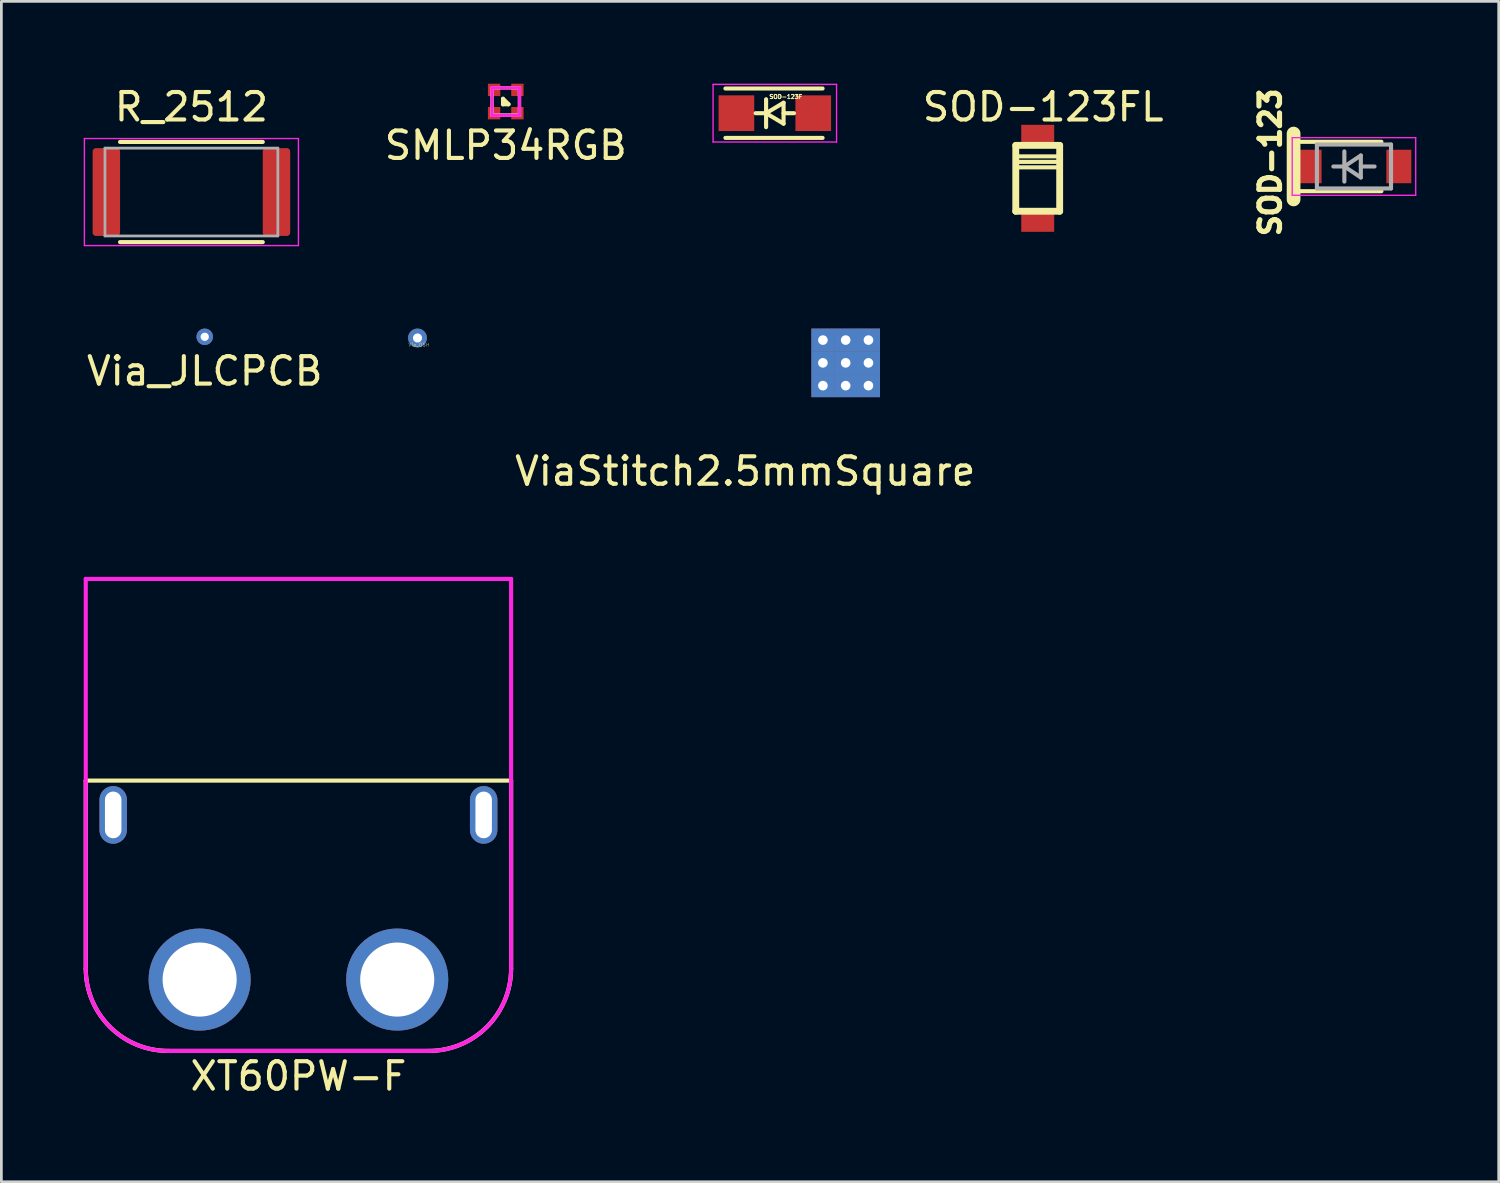
<source format=kicad_pcb>
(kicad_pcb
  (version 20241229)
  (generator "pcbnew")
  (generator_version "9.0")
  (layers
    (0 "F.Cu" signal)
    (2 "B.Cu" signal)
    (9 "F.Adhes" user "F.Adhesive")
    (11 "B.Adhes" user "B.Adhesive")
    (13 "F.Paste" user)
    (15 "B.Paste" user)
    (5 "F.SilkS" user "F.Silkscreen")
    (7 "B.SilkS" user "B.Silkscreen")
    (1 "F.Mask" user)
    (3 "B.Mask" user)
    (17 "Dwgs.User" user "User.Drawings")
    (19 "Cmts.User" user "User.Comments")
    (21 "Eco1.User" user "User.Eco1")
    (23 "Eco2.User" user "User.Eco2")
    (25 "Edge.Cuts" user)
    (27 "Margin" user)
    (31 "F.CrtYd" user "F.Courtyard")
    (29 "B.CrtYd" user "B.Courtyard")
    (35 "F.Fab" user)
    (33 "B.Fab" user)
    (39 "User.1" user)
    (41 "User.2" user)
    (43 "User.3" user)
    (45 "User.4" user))
  (footprint "SOD-123"
    (layer "F.Cu")
    (at 46.289 3.017)
    (property "Reference" "SOD-123" (at -3.05 -0.15 90) (layer "F.SilkS") (effects (font (size 0.75 0.75) (thickness 0.188))))
    (attr smd)
    (fp_line (start -2.2 -1.2) (end -2.2 1.2) (stroke (width 0.5) (type solid)) (layer "F.SilkS"))
    (fp_line (start -2 -0.9) (end 1 -0.9) (stroke (width 0.15) (type solid)) (layer "F.SilkS"))
    (fp_line (start -2 0.9) (end 1 0.9) (stroke (width 0.15) (type solid)) (layer "F.SilkS"))
    (fp_line (start -2.25 -1.05) (end -2.25 1.05) (stroke (width 0.05) (type solid)) (layer "F.CrtYd"))
    (fp_line (start -2.25 -1.05) (end 2.25 -1.05) (stroke (width 0.05) (type solid)) (layer "F.CrtYd"))
    (fp_line (start 2.25 -1.05) (end 2.25 1.05) (stroke (width 0.05) (type solid)) (layer "F.CrtYd"))
    (fp_line (start 2.25 1.05) (end -2.25 1.05) (stroke (width 0.05) (type solid)) (layer "F.CrtYd"))
    (fp_line (start -1.35 -0.8) (end 1.35 -0.8) (stroke (width 0.15) (type solid)) (layer "F.Fab"))
    (fp_line (start -1.35 0.8) (end -1.35 -0.8) (stroke (width 0.15) (type solid)) (layer "F.Fab"))
    (fp_line (start -0.75 0) (end -0.35 0) (stroke (width 0.15) (type solid)) (layer "F.Fab"))
    (fp_line (start -0.35 0) (end -0.35 -0.55) (stroke (width 0.15) (type solid)) (layer "F.Fab"))
    (fp_line (start -0.35 0) (end -0.35 0.55) (stroke (width 0.15) (type solid)) (layer "F.Fab"))
    (fp_line (start -0.35 0) (end 0.25 -0.4) (stroke (width 0.15) (type solid)) (layer "F.Fab"))
    (fp_line (start 0.25 -0.4) (end 0.25 0.4) (stroke (width 0.15) (type solid)) (layer "F.Fab"))
    (fp_line (start 0.25 0) (end 0.75 0) (stroke (width 0.15) (type solid)) (layer "F.Fab"))
    (fp_line (start 0.25 0.4) (end -0.35 0) (stroke (width 0.15) (type solid)) (layer "F.Fab"))
    (fp_line (start 1.35 -0.8) (end 1.35 0.8) (stroke (width 0.15) (type solid)) (layer "F.Fab"))
    (fp_line (start 1.35 0.8) (end -1.35 0.8) (stroke (width 0.15) (type solid)) (layer "F.Fab"))
    (pad "1" smd rect (at -1.635 0) (size 0.91 1.22) (layers "F.Cu" "F.Mask" "F.Paste"))
    (pad "2" smd rect (at 1.635 0) (size 0.91 1.22) (layers "F.Cu" "F.Mask" "F.Paste")))
  (footprint "SOD-123FL"
    (layer "F.Cu")
    (at 34.765 3.448)
    (property "Reference" "SOD-123FL" (at 0.2 -2.6 0) (layer "F.SilkS") (effects (font (size 1 1) (thickness 0.15))))
    (attr through_hole)
    (fp_line (start -0.8 -1.2) (end 0.8 -1.2) (stroke (width 0.25) (type solid)) (layer "F.SilkS"))
    (fp_line (start -0.8 -0.8) (end 0.8 -0.8) (stroke (width 0.15) (type solid)) (layer "F.SilkS"))
    (fp_line (start -0.8 -0.6) (end -0.8 -0.4) (stroke (width 0.15) (type solid)) (layer "F.SilkS"))
    (fp_line (start -0.8 -0.4) (end 0.8 -0.4) (stroke (width 0.15) (type solid)) (layer "F.SilkS"))
    (fp_line (start -0.8 1.2) (end -0.8 -1.2) (stroke (width 0.25) (type solid)) (layer "F.SilkS"))
    (fp_line (start 0.8 -1.2) (end 0.8 1.2) (stroke (width 0.25) (type solid)) (layer "F.SilkS"))
    (fp_line (start 0.8 -0.8) (end 0.8 -0.6) (stroke (width 0.15) (type solid)) (layer "F.SilkS"))
    (fp_line (start 0.8 -0.6) (end -0.8 -0.6) (stroke (width 0.15) (type solid)) (layer "F.SilkS"))
    (fp_line (start 0.8 1.2) (end -0.8 1.2) (stroke (width 0.25) (type solid)) (layer "F.SilkS"))
    (pad "1" smd rect (at 0 -1.525) (size 1.2 0.85) (layers "F.Cu" "F.Mask" "F.Paste"))
    (pad "2" smd rect (at 0 1.525) (size 1.2 0.85) (layers "F.Cu" "F.Mask" "F.Paste")))
  (footprint "XT60PW-F"
    (layer "F.Cu")
    (at 7.825 26.646)
    (property "Reference" "XT60PW-F" (at 0 9.52 0) (layer "F.SilkS") (effects (font (size 1 1) (thickness 0.15))))
    (attr through_hole)
    (fp_line (start -7.75 -1.25) (end 7.75 -1.25) (stroke (width 0.15) (type solid)) (layer "F.SilkS"))
    (fp_line (start -7.75 5.6) (end -7.75 -1.25) (stroke (width 0.15) (type solid)) (layer "F.SilkS"))
    (fp_line (start -4.75 8.6) (end 4.75 8.6) (stroke (width 0.15) (type solid)) (layer "F.SilkS"))
    (fp_line (start 7.75 5.6) (end 7.75 -1.25) (stroke (width 0.15) (type solid)) (layer "F.SilkS"))
    (fp_arc (start -4.75 8.6) (mid -6.87132 7.72132) (end -7.75 5.6) (stroke (width 0.15) (type solid)) (layer "F.SilkS"))
    (fp_arc (start 7.75 5.6) (mid 6.87132 7.72132) (end 4.75 8.6) (stroke (width 0.15) (type solid)) (layer "F.SilkS"))
    (fp_line (start -7.75 -8.6) (end 7.75 -8.6) (stroke (width 0.15) (type solid)) (layer "F.CrtYd"))
    (fp_line (start -7.75 5.6) (end -7.75 -8.6) (stroke (width 0.15) (type solid)) (layer "F.CrtYd"))
    (fp_line (start -4.75 8.6) (end 4.75 8.6) (stroke (width 0.15) (type solid)) (layer "F.CrtYd"))
    (fp_line (start 7.75 5.6) (end 7.75 -8.6) (stroke (width 0.15) (type solid)) (layer "F.CrtYd"))
    (fp_arc (start -4.75 8.6) (mid -6.87132 7.72132) (end -7.75 5.6) (stroke (width 0.15) (type solid)) (layer "F.CrtYd"))
    (fp_arc (start 7.75 5.6) (mid 6.87132 7.72132) (end 4.75 8.6) (stroke (width 0.15) (type solid)) (layer "F.CrtYd"))
    (pad "" np_thru_hole oval (at -6.75 0) (size 1 2.1) (drill oval 0.6 1.7) (layers "*.Cu" "*.Mask"))
    (pad "" np_thru_hole oval (at 6.75 0) (size 1 2.1) (drill oval 0.6 1.7) (layers "*.Cu" "*.Mask"))
    (pad "1" thru_hole circle (at -3.6 6) (size 3.72 3.72) (drill 2.7) (layers "*.Cu" "*.Mask"))
    (pad "2" thru_hole circle (at 3.6 6) (size 3.72 3.72) (drill 2.7) (layers "*.Cu" "*.Mask")))
  (footprint "SOD-123F"
    (layer "F.Cu")
    (at 25.185 1.075)
    (property "Reference" "SOD-123F" (at 0.4 -0.6 0) (layer "F.SilkS") (effects (font (size 0.15 0.15) (thickness 0.037))))
    (attr smd)
    (fp_line (start -1.8 -0.9) (end 1.74 -0.9) (stroke (width 0.15) (type solid)) (layer "F.SilkS"))
    (fp_line (start -1.8 0.9) (end 1.74 0.9) (stroke (width 0.15) (type solid)) (layer "F.SilkS"))
    (fp_line (start -0.699 0) (end -0.318 0) (stroke (width 0.15) (type solid)) (layer "F.SilkS"))
    (fp_line (start -0.318 -0.508) (end -0.318 0.508) (stroke (width 0.15) (type solid)) (layer "F.SilkS"))
    (fp_line (start -0.318 0) (end 0.318 -0.381) (stroke (width 0.15) (type solid)) (layer "F.SilkS"))
    (fp_line (start 0.318 -0.381) (end 0.318 0.381) (stroke (width 0.15) (type solid)) (layer "F.SilkS"))
    (fp_line (start 0.318 0) (end 0.699 0) (stroke (width 0.15) (type solid)) (layer "F.SilkS"))
    (fp_line (start 0.318 0.381) (end -0.318 0) (stroke (width 0.15) (type solid)) (layer "F.SilkS"))
    (fp_line (start -2.25 -1.05) (end -2.25 1.05) (stroke (width 0.05) (type solid)) (layer "F.CrtYd"))
    (fp_line (start -2.25 -1.05) (end 2.25 -1.05) (stroke (width 0.05) (type solid)) (layer "F.CrtYd"))
    (fp_line (start 2.25 -1.05) (end 2.25 1.05) (stroke (width 0.05) (type solid)) (layer "F.CrtYd"))
    (fp_line (start 2.25 1.05) (end -2.25 1.05) (stroke (width 0.05) (type solid)) (layer "F.CrtYd"))
    (pad "1" smd rect (at 1.4 0) (size 1.3 1.3) (layers "F.Cu" "F.Mask" "F.Paste"))
    (pad "2" smd rect (at -1.4 0) (size 1.3 1.3) (layers "F.Cu" "F.Mask" "F.Paste")))
  (footprint "R_2512"
    (layer "F.Cu")
    (at 3.925 3.948)
    (property "Reference" "R_2512" (at 0 -3.1 0) (layer "F.SilkS") (effects (font (size 1 1) (thickness 0.15))))
    (attr smd)
    (fp_line (start -2.6 -1.825) (end 2.6 -1.825) (stroke (width 0.15) (type solid)) (layer "F.SilkS"))
    (fp_line (start 2.6 1.825) (end -2.6 1.825) (stroke (width 0.15) (type solid)) (layer "F.SilkS"))
    (fp_line (start -3.9 -1.95) (end -3.9 1.95) (stroke (width 0.05) (type solid)) (layer "F.CrtYd"))
    (fp_line (start -3.9 -1.95) (end 3.9 -1.95) (stroke (width 0.05) (type solid)) (layer "F.CrtYd"))
    (fp_line (start -3.9 1.95) (end 3.9 1.95) (stroke (width 0.05) (type solid)) (layer "F.CrtYd"))
    (fp_line (start 3.9 -1.95) (end 3.9 1.95) (stroke (width 0.05) (type solid)) (layer "F.CrtYd"))
    (fp_line (start -3.15 -1.6) (end 3.15 -1.6) (stroke (width 0.1) (type solid)) (layer "F.Fab"))
    (fp_line (start -3.15 1.6) (end -3.15 -1.6) (stroke (width 0.1) (type solid)) (layer "F.Fab"))
    (fp_line (start 3.15 -1.6) (end 3.15 1.6) (stroke (width 0.1) (type solid)) (layer "F.Fab"))
    (fp_line (start 3.15 1.6) (end -3.15 1.6) (stroke (width 0.1) (type solid)) (layer "F.Fab"))
    (pad "1" smd roundrect (at -3.1 0) (size 1 3.2) (layers "F.Cu" "F.Mask" "F.Paste") (roundrect_rratio 0.119))
    (pad "2" smd roundrect (at 3.1 0) (size 1 3.2) (layers "F.Cu" "F.Mask" "F.Paste") (roundrect_rratio 0.119)))
  (footprint "SMLP34RGB"
    (layer "F.Cu")
    (at 15.38 0.65)
    (property "Reference" "SMLP34RGB" (at 0 1.6 0) (layer "F.SilkS") (effects (font (size 1 1) (thickness 0.15))))
    (attr smd)
    (fp_line (start -0.5 -0.5) (end -0.5 0.5) (stroke (width 0.12) (type solid)) (layer "F.SilkS"))
    (fp_line (start -0.5 -0.5) (end 0.5 -0.5) (stroke (width 0.12) (type solid)) (layer "F.SilkS"))
    (fp_line (start -0.5 0.5) (end 0.5 0.5) (stroke (width 0.12) (type solid)) (layer "F.SilkS"))
    (fp_line (start -0.1 -0.1) (end 0.1 0.1) (stroke (width 0.15) (type solid)) (layer "F.SilkS"))
    (fp_line (start -0.1 0.1) (end -0.1 -0.1) (stroke (width 0.15) (type solid)) (layer "F.SilkS"))
    (fp_line (start 0.1 0.1) (end -0.1 0.1) (stroke (width 0.15) (type solid)) (layer "F.SilkS"))
    (fp_line (start 0.5 0.5) (end -0.5 0.5) (stroke (width 0.12) (type solid)) (layer "F.SilkS"))
    (fp_line (start 0.5 0.5) (end 0.5 -0.5) (stroke (width 0.12) (type solid)) (layer "F.SilkS"))
    (fp_line (start -0.5 -0.5) (end 0.5 -0.5) (stroke (width 0.12) (type solid)) (layer "F.CrtYd"))
    (fp_line (start -0.5 0.5) (end -0.5 -0.5) (stroke (width 0.12) (type solid)) (layer "F.CrtYd"))
    (fp_line (start 0.5 -0.5) (end 0.5 0.5) (stroke (width 0.12) (type solid)) (layer "F.CrtYd"))
    (fp_line (start 0.5 0.5) (end -0.5 0.5) (stroke (width 0.12) (type solid)) (layer "F.CrtYd"))
    (pad "1" smd rect (at 0.425 -0.425) (size 0.45 0.45) (layers "F.Cu" "F.Mask" "F.Paste"))
    (pad "2" smd rect (at 0.425 0.425) (size 0.45 0.45) (layers "F.Cu" "F.Mask" "F.Paste"))
    (pad "3" smd rect (at -0.425 0.425) (size 0.45 0.45) (layers "F.Cu" "F.Mask" "F.Paste"))
    (pad "4" smd rect (at -0.425 -0.425) (size 0.45 0.45) (layers "F.Cu" "F.Mask" "F.Paste")))
  (footprint "Via_OSH"
    (layer "F.Cu")
    (at 12.164 9.266)
    (property "Reference" "Via_OSH" (at 0.05 0.25 0) (layer "F.SilkS") (effects (font (size 0.127 0.127) (thickness 0.01))))
    (attr through_hole)
    (pad "1" thru_hole circle (at 0 0) (size 0.686 0.686) (drill 0.33) (layers "*.Cu")))
  (footprint "ViaStitch2.5mmSquare"
    (layer "F.Cu")
    (at 27.767 10.173)
    (property "Reference" "ViaStitch2.5mmSquare" (at -3.66 3.95 0) (layer "F.SilkS") (effects (font (size 1 1) (thickness 0.15))))
    (attr through_hole)
    (pad "" thru_hole rect (at -0.83 -0.83) (size 0.84 0.84) (drill 0.35) (layers "*.Cu"))
    (pad "" thru_hole rect (at -0.83 0) (size 0.84 0.84) (drill 0.35) (layers "*.Cu"))
    (pad "" thru_hole rect (at -0.83 0.83) (size 0.84 0.84) (drill 0.35) (layers "*.Cu"))
    (pad "" thru_hole rect (at 0 -0.83) (size 0.84 0.84) (drill 0.35) (layers "*.Cu"))
    (pad "" thru_hole rect (at 0 0) (size 0.84 0.84) (drill 0.35) (layers "*.Cu"))
    (pad "" thru_hole rect (at 0 0.83) (size 0.84 0.84) (drill 0.35) (layers "*.Cu"))
    (pad "" thru_hole rect (at 0.83 -0.83) (size 0.84 0.84) (drill 0.35) (layers "*.Cu"))
    (pad "" thru_hole rect (at 0.83 0) (size 0.84 0.84) (drill 0.35) (layers "*.Cu"))
    (pad "" thru_hole rect (at 0.83 0.83) (size 0.84 0.84) (drill 0.35) (layers "*.Cu")))
  (footprint "Via_JLCPCB"
    (layer "F.Cu")
    (at 4.411 9.223)
    (property "Reference" "Via_JLCPCB" (at 0 1.25 0) (layer "F.SilkS") (effects (font (size 1 1) (thickness 0.15))))
    (attr through_hole)
    (pad "1" thru_hole circle (at 0 0) (size 0.6 0.6) (drill 0.3) (layers "*.Cu")))
  (gr_rect
    (start -3 -3)
    (end 51.564 40.015)
    (stroke (width 0.1) (type default))
    (fill no)
    (layer "Edge.Cuts")))
</source>
